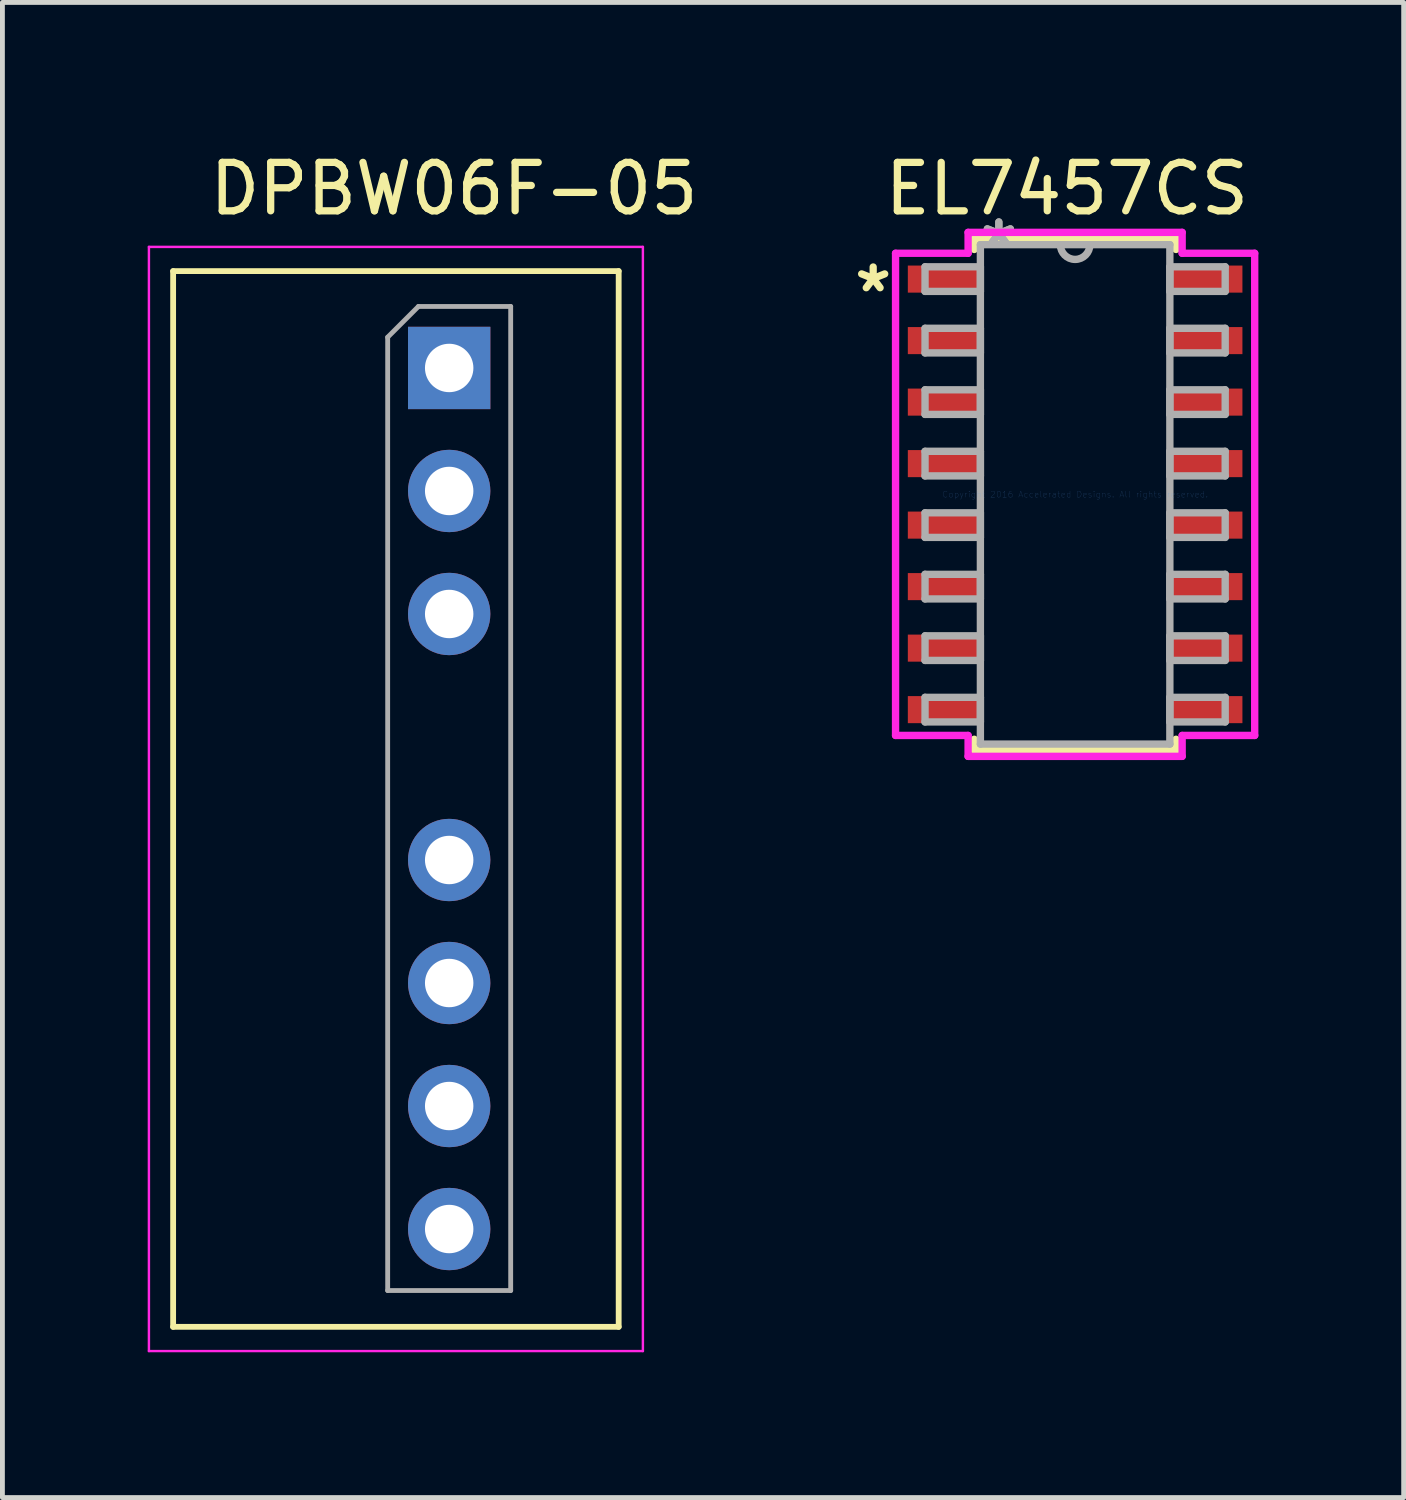
<source format=kicad_pcb>
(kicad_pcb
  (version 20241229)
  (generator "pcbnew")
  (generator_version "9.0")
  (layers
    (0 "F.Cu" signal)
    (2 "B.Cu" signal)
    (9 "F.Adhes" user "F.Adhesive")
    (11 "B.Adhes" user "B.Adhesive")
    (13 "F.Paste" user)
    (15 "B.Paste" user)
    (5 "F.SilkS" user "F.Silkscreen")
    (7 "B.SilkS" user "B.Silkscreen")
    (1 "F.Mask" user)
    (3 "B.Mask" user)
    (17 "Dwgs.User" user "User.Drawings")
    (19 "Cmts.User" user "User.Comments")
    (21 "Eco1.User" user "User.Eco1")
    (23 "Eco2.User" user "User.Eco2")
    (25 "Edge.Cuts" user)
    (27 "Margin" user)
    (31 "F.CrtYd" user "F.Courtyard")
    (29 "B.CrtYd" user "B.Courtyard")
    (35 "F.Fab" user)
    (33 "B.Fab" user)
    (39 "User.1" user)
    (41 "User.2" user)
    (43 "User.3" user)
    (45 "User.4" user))
  (footprint "DPBW06F-05"
    (layer "F.Cu")
    (at 6.225 4.548)
    (property "Reference" "DPBW06F-05" (at 0.1 -3.7 0) (layer "F.SilkS") (effects (font (size 1 1) (thickness 0.15))))
    (attr through_hole)
    (fp_line (start -5.7 19.8) (end -5.7 -2) (stroke (width 0.12) (type solid)) (layer "F.SilkS"))
    (fp_line (start 3.5 -2) (end -5.7 -2) (stroke (width 0.12) (type solid)) (layer "F.SilkS"))
    (fp_line (start 3.5 19.8) (end -5.7 19.8) (stroke (width 0.12) (type solid)) (layer "F.SilkS"))
    (fp_line (start 3.5 19.8) (end 3.5 -2) (stroke (width 0.12) (type solid)) (layer "F.SilkS"))
    (fp_line (start -6.2 -2.5) (end 4 -2.5) (stroke (width 0.05) (type solid)) (layer "F.CrtYd"))
    (fp_line (start -6.2 20.3) (end -6.2 -2.5) (stroke (width 0.05) (type solid)) (layer "F.CrtYd"))
    (fp_line (start -6.2 20.3) (end 4 20.3) (stroke (width 0.05) (type solid)) (layer "F.CrtYd"))
    (fp_line (start 4 20.3) (end 4 -2.5) (stroke (width 0.05) (type solid)) (layer "F.CrtYd"))
    (fp_line (start -1.27 -0.635) (end -0.635 -1.27) (stroke (width 0.1) (type solid)) (layer "F.Fab"))
    (fp_line (start -1.27 19.05) (end -1.27 -0.635) (stroke (width 0.1) (type solid)) (layer "F.Fab"))
    (fp_line (start -0.635 -1.27) (end 1.27 -1.27) (stroke (width 0.1) (type solid)) (layer "F.Fab"))
    (fp_line (start 1.27 -1.27) (end 1.27 19.05) (stroke (width 0.1) (type solid)) (layer "F.Fab"))
    (fp_line (start 1.27 19.05) (end -1.27 19.05) (stroke (width 0.1) (type solid)) (layer "F.Fab"))
    (pad "1" thru_hole rect (at 0 0) (size 1.7 1.7) (drill 1) (layers "*.Cu" "*.Mask"))
    (pad "2" thru_hole oval (at 0 2.54) (size 1.7 1.7) (drill 1) (layers "*.Cu" "*.Mask"))
    (pad "3" thru_hole oval (at 0 5.08) (size 1.7 1.7) (drill 1) (layers "*.Cu" "*.Mask"))
    (pad "5" thru_hole oval (at 0 10.16) (size 1.7 1.7) (drill 1) (layers "*.Cu" "*.Mask"))
    (pad "6" thru_hole oval (at 0 12.7) (size 1.7 1.7) (drill 1) (layers "*.Cu" "*.Mask"))
    (pad "7" thru_hole oval (at 0 15.24) (size 1.7 1.7) (drill 1) (layers "*.Cu" "*.Mask"))
    (pad "8" thru_hole oval (at 0 17.78) (size 1.7 1.7) (drill 1) (layers "*.Cu" "*.Mask")))
  (footprint "EL7457CS"
    (layer "F.Cu")
    (at 19.15 7.158)
    (property "Reference" "EL7457CS" (at -0.17 -6.31 0) (layer "F.SilkS") (effects (font (size 1 1) (thickness 0.15))))
    (attr through_hole)
    (fp_line (start -2.083 -5.283) (end -2.083 -5.057) (stroke (width 0.152) (type solid)) (layer "F.SilkS"))
    (fp_line (start -2.083 5.057) (end -2.083 5.283) (stroke (width 0.152) (type solid)) (layer "F.SilkS"))
    (fp_line (start -2.083 5.283) (end 2.083 5.283) (stroke (width 0.152) (type solid)) (layer "F.SilkS"))
    (fp_line (start 2.083 -5.283) (end -2.083 -5.283) (stroke (width 0.152) (type solid)) (layer "F.SilkS"))
    (fp_line (start 2.083 -5.057) (end 2.083 -5.283) (stroke (width 0.152) (type solid)) (layer "F.SilkS"))
    (fp_line (start 2.083 5.283) (end 2.083 5.057) (stroke (width 0.152) (type solid)) (layer "F.SilkS"))
    (fp_line (start -3.708 -4.978) (end -2.21 -4.978) (stroke (width 0.152) (type solid)) (layer "F.CrtYd"))
    (fp_line (start -3.708 4.978) (end -3.708 -4.978) (stroke (width 0.152) (type solid)) (layer "F.CrtYd"))
    (fp_line (start -2.21 -5.41) (end 2.21 -5.41) (stroke (width 0.152) (type solid)) (layer "F.CrtYd"))
    (fp_line (start -2.21 -4.978) (end -2.21 -5.41) (stroke (width 0.152) (type solid)) (layer "F.CrtYd"))
    (fp_line (start -2.21 4.978) (end -3.708 4.978) (stroke (width 0.152) (type solid)) (layer "F.CrtYd"))
    (fp_line (start -2.21 5.41) (end -2.21 4.978) (stroke (width 0.152) (type solid)) (layer "F.CrtYd"))
    (fp_line (start 2.21 -5.41) (end 2.21 -4.978) (stroke (width 0.152) (type solid)) (layer "F.CrtYd"))
    (fp_line (start 2.21 -4.978) (end 3.708 -4.978) (stroke (width 0.152) (type solid)) (layer "F.CrtYd"))
    (fp_line (start 2.21 4.978) (end 2.21 5.41) (stroke (width 0.152) (type solid)) (layer "F.CrtYd"))
    (fp_line (start 2.21 5.41) (end -2.21 5.41) (stroke (width 0.152) (type solid)) (layer "F.CrtYd"))
    (fp_line (start 3.708 -4.978) (end 3.708 4.978) (stroke (width 0.152) (type solid)) (layer "F.CrtYd"))
    (fp_line (start 3.708 4.978) (end 2.21 4.978) (stroke (width 0.152) (type solid)) (layer "F.CrtYd"))
    (fp_line (start -3.099 -4.699) (end -3.099 -4.191) (stroke (width 0.152) (type solid)) (layer "F.Fab"))
    (fp_line (start -3.099 -4.191) (end -1.956 -4.191) (stroke (width 0.152) (type solid)) (layer "F.Fab"))
    (fp_line (start -3.099 -3.429) (end -3.099 -2.921) (stroke (width 0.152) (type solid)) (layer "F.Fab"))
    (fp_line (start -3.099 -2.921) (end -1.956 -2.921) (stroke (width 0.152) (type solid)) (layer "F.Fab"))
    (fp_line (start -3.099 -2.159) (end -3.099 -1.651) (stroke (width 0.152) (type solid)) (layer "F.Fab"))
    (fp_line (start -3.099 -1.651) (end -1.956 -1.651) (stroke (width 0.152) (type solid)) (layer "F.Fab"))
    (fp_line (start -3.099 -0.889) (end -3.099 -0.381) (stroke (width 0.152) (type solid)) (layer "F.Fab"))
    (fp_line (start -3.099 -0.381) (end -1.956 -0.381) (stroke (width 0.152) (type solid)) (layer "F.Fab"))
    (fp_line (start -3.099 0.381) (end -3.099 0.889) (stroke (width 0.152) (type solid)) (layer "F.Fab"))
    (fp_line (start -3.099 0.889) (end -1.956 0.889) (stroke (width 0.152) (type solid)) (layer "F.Fab"))
    (fp_line (start -3.099 1.651) (end -3.099 2.159) (stroke (width 0.152) (type solid)) (layer "F.Fab"))
    (fp_line (start -3.099 2.159) (end -1.956 2.159) (stroke (width 0.152) (type solid)) (layer "F.Fab"))
    (fp_line (start -3.099 2.921) (end -3.099 3.429) (stroke (width 0.152) (type solid)) (layer "F.Fab"))
    (fp_line (start -3.099 3.429) (end -1.956 3.429) (stroke (width 0.152) (type solid)) (layer "F.Fab"))
    (fp_line (start -3.099 4.191) (end -3.099 4.699) (stroke (width 0.152) (type solid)) (layer "F.Fab"))
    (fp_line (start -3.099 4.699) (end -1.956 4.699) (stroke (width 0.152) (type solid)) (layer "F.Fab"))
    (fp_line (start -1.956 -5.156) (end -1.956 5.156) (stroke (width 0.152) (type solid)) (layer "F.Fab"))
    (fp_line (start -1.956 -4.699) (end -3.099 -4.699) (stroke (width 0.152) (type solid)) (layer "F.Fab"))
    (fp_line (start -1.956 -4.191) (end -1.956 -4.699) (stroke (width 0.152) (type solid)) (layer "F.Fab"))
    (fp_line (start -1.956 -3.429) (end -3.099 -3.429) (stroke (width 0.152) (type solid)) (layer "F.Fab"))
    (fp_line (start -1.956 -2.921) (end -1.956 -3.429) (stroke (width 0.152) (type solid)) (layer "F.Fab"))
    (fp_line (start -1.956 -2.159) (end -3.099 -2.159) (stroke (width 0.152) (type solid)) (layer "F.Fab"))
    (fp_line (start -1.956 -1.651) (end -1.956 -2.159) (stroke (width 0.152) (type solid)) (layer "F.Fab"))
    (fp_line (start -1.956 -0.889) (end -3.099 -0.889) (stroke (width 0.152) (type solid)) (layer "F.Fab"))
    (fp_line (start -1.956 -0.381) (end -1.956 -0.889) (stroke (width 0.152) (type solid)) (layer "F.Fab"))
    (fp_line (start -1.956 0.381) (end -3.099 0.381) (stroke (width 0.152) (type solid)) (layer "F.Fab"))
    (fp_line (start -1.956 0.889) (end -1.956 0.381) (stroke (width 0.152) (type solid)) (layer "F.Fab"))
    (fp_line (start -1.956 1.651) (end -3.099 1.651) (stroke (width 0.152) (type solid)) (layer "F.Fab"))
    (fp_line (start -1.956 2.159) (end -1.956 1.651) (stroke (width 0.152) (type solid)) (layer "F.Fab"))
    (fp_line (start -1.956 2.921) (end -3.099 2.921) (stroke (width 0.152) (type solid)) (layer "F.Fab"))
    (fp_line (start -1.956 3.429) (end -1.956 2.921) (stroke (width 0.152) (type solid)) (layer "F.Fab"))
    (fp_line (start -1.956 4.191) (end -3.099 4.191) (stroke (width 0.152) (type solid)) (layer "F.Fab"))
    (fp_line (start -1.956 4.699) (end -1.956 4.191) (stroke (width 0.152) (type solid)) (layer "F.Fab"))
    (fp_line (start -1.956 5.156) (end 1.956 5.156) (stroke (width 0.152) (type solid)) (layer "F.Fab"))
    (fp_line (start 1.956 -5.156) (end -1.956 -5.156) (stroke (width 0.152) (type solid)) (layer "F.Fab"))
    (fp_line (start 1.956 -4.699) (end 1.956 -4.191) (stroke (width 0.152) (type solid)) (layer "F.Fab"))
    (fp_line (start 1.956 -4.191) (end 3.099 -4.191) (stroke (width 0.152) (type solid)) (layer "F.Fab"))
    (fp_line (start 1.956 -3.429) (end 1.956 -2.921) (stroke (width 0.152) (type solid)) (layer "F.Fab"))
    (fp_line (start 1.956 -2.921) (end 3.099 -2.921) (stroke (width 0.152) (type solid)) (layer "F.Fab"))
    (fp_line (start 1.956 -2.159) (end 1.956 -1.651) (stroke (width 0.152) (type solid)) (layer "F.Fab"))
    (fp_line (start 1.956 -1.651) (end 3.099 -1.651) (stroke (width 0.152) (type solid)) (layer "F.Fab"))
    (fp_line (start 1.956 -0.889) (end 1.956 -0.381) (stroke (width 0.152) (type solid)) (layer "F.Fab"))
    (fp_line (start 1.956 -0.381) (end 3.099 -0.381) (stroke (width 0.152) (type solid)) (layer "F.Fab"))
    (fp_line (start 1.956 0.381) (end 1.956 0.889) (stroke (width 0.152) (type solid)) (layer "F.Fab"))
    (fp_line (start 1.956 0.889) (end 3.099 0.889) (stroke (width 0.152) (type solid)) (layer "F.Fab"))
    (fp_line (start 1.956 1.651) (end 1.956 2.159) (stroke (width 0.152) (type solid)) (layer "F.Fab"))
    (fp_line (start 1.956 2.159) (end 3.099 2.159) (stroke (width 0.152) (type solid)) (layer "F.Fab"))
    (fp_line (start 1.956 2.921) (end 1.956 3.429) (stroke (width 0.152) (type solid)) (layer "F.Fab"))
    (fp_line (start 1.956 3.429) (end 3.099 3.429) (stroke (width 0.152) (type solid)) (layer "F.Fab"))
    (fp_line (start 1.956 4.191) (end 1.956 4.699) (stroke (width 0.152) (type solid)) (layer "F.Fab"))
    (fp_line (start 1.956 4.699) (end 3.099 4.699) (stroke (width 0.152) (type solid)) (layer "F.Fab"))
    (fp_line (start 1.956 5.156) (end 1.956 -5.156) (stroke (width 0.152) (type solid)) (layer "F.Fab"))
    (fp_line (start 3.099 -4.699) (end 1.956 -4.699) (stroke (width 0.152) (type solid)) (layer "F.Fab"))
    (fp_line (start 3.099 -4.191) (end 3.099 -4.699) (stroke (width 0.152) (type solid)) (layer "F.Fab"))
    (fp_line (start 3.099 -3.429) (end 1.956 -3.429) (stroke (width 0.152) (type solid)) (layer "F.Fab"))
    (fp_line (start 3.099 -2.921) (end 3.099 -3.429) (stroke (width 0.152) (type solid)) (layer "F.Fab"))
    (fp_line (start 3.099 -2.159) (end 1.956 -2.159) (stroke (width 0.152) (type solid)) (layer "F.Fab"))
    (fp_line (start 3.099 -1.651) (end 3.099 -2.159) (stroke (width 0.152) (type solid)) (layer "F.Fab"))
    (fp_line (start 3.099 -0.889) (end 1.956 -0.889) (stroke (width 0.152) (type solid)) (layer "F.Fab"))
    (fp_line (start 3.099 -0.381) (end 3.099 -0.889) (stroke (width 0.152) (type solid)) (layer "F.Fab"))
    (fp_line (start 3.099 0.381) (end 1.956 0.381) (stroke (width 0.152) (type solid)) (layer "F.Fab"))
    (fp_line (start 3.099 0.889) (end 3.099 0.381) (stroke (width 0.152) (type solid)) (layer "F.Fab"))
    (fp_line (start 3.099 1.651) (end 1.956 1.651) (stroke (width 0.152) (type solid)) (layer "F.Fab"))
    (fp_line (start 3.099 2.159) (end 3.099 1.651) (stroke (width 0.152) (type solid)) (layer "F.Fab"))
    (fp_line (start 3.099 2.921) (end 1.956 2.921) (stroke (width 0.152) (type solid)) (layer "F.Fab"))
    (fp_line (start 3.099 3.429) (end 3.099 2.921) (stroke (width 0.152) (type solid)) (layer "F.Fab"))
    (fp_line (start 3.099 4.191) (end 1.956 4.191) (stroke (width 0.152) (type solid)) (layer "F.Fab"))
    (fp_line (start 3.099 4.699) (end 3.099 4.191) (stroke (width 0.152) (type solid)) (layer "F.Fab"))
    (fp_arc (start 0.3048 -5.1562) (mid 0 -4.8514) (end -0.3048 -5.1562) (stroke (width 0.1524) (type solid)) (layer "F.Fab"))
    (fp_text user "*" (at -4.17 -4.15 0) (layer "F.SilkS") (effects (font (size 1 1) (thickness 0.15))))
    (fp_text user "Copyright 2016 Accelerated Designs. All rights reserved." (at 0 0 0) (layer "Cmts.User") (effects (font (size 0.127 0.127) (thickness 0.002))))
    (fp_text user "*" (at -1.575 -5.08 0) (layer "F.Fab") (effects (font (size 1 1) (thickness 0.15))))
    (fp_text user "*" (at -1.575 -5.08 0) (layer "F.Fab") (effects (font (size 1 1) (thickness 0.15))))
    (pad "1" smd rect (at -2.705 -4.445) (size 1.499 0.559) (layers "F.Cu" "F.Mask" "F.Paste"))
    (pad "2" smd rect (at -2.705 -3.175) (size 1.499 0.559) (layers "F.Cu" "F.Mask" "F.Paste"))
    (pad "3" smd rect (at -2.705 -1.905) (size 1.499 0.559) (layers "F.Cu" "F.Mask" "F.Paste"))
    (pad "4" smd rect (at -2.705 -0.635) (size 1.499 0.559) (layers "F.Cu" "F.Mask" "F.Paste"))
    (pad "5" smd rect (at -2.705 0.635) (size 1.499 0.559) (layers "F.Cu" "F.Mask" "F.Paste"))
    (pad "6" smd rect (at -2.705 1.905) (size 1.499 0.559) (layers "F.Cu" "F.Mask" "F.Paste"))
    (pad "7" smd rect (at -2.705 3.175) (size 1.499 0.559) (layers "F.Cu" "F.Mask" "F.Paste"))
    (pad "8" smd rect (at -2.705 4.445) (size 1.499 0.559) (layers "F.Cu" "F.Mask" "F.Paste"))
    (pad "9" smd rect (at 2.705 4.445) (size 1.499 0.559) (layers "F.Cu" "F.Mask" "F.Paste"))
    (pad "10" smd rect (at 2.705 3.175) (size 1.499 0.559) (layers "F.Cu" "F.Mask" "F.Paste"))
    (pad "11" smd rect (at 2.705 1.905) (size 1.499 0.559) (layers "F.Cu" "F.Mask" "F.Paste"))
    (pad "12" smd rect (at 2.705 0.635) (size 1.499 0.559) (layers "F.Cu" "F.Mask" "F.Paste"))
    (pad "13" smd rect (at 2.705 -0.635) (size 1.499 0.559) (layers "F.Cu" "F.Mask" "F.Paste"))
    (pad "14" smd rect (at 2.705 -1.905) (size 1.499 0.559) (layers "F.Cu" "F.Mask" "F.Paste"))
    (pad "15" smd rect (at 2.705 -3.175) (size 1.499 0.559) (layers "F.Cu" "F.Mask" "F.Paste"))
    (pad "16" smd rect (at 2.705 -4.445) (size 1.499 0.559) (layers "F.Cu" "F.Mask" "F.Paste")))
  (gr_rect
    (start -3 -3)
    (end 25.934 27.873)
    (stroke (width 0.1) (type default))
    (fill no)
    (layer "Edge.Cuts")))
</source>
